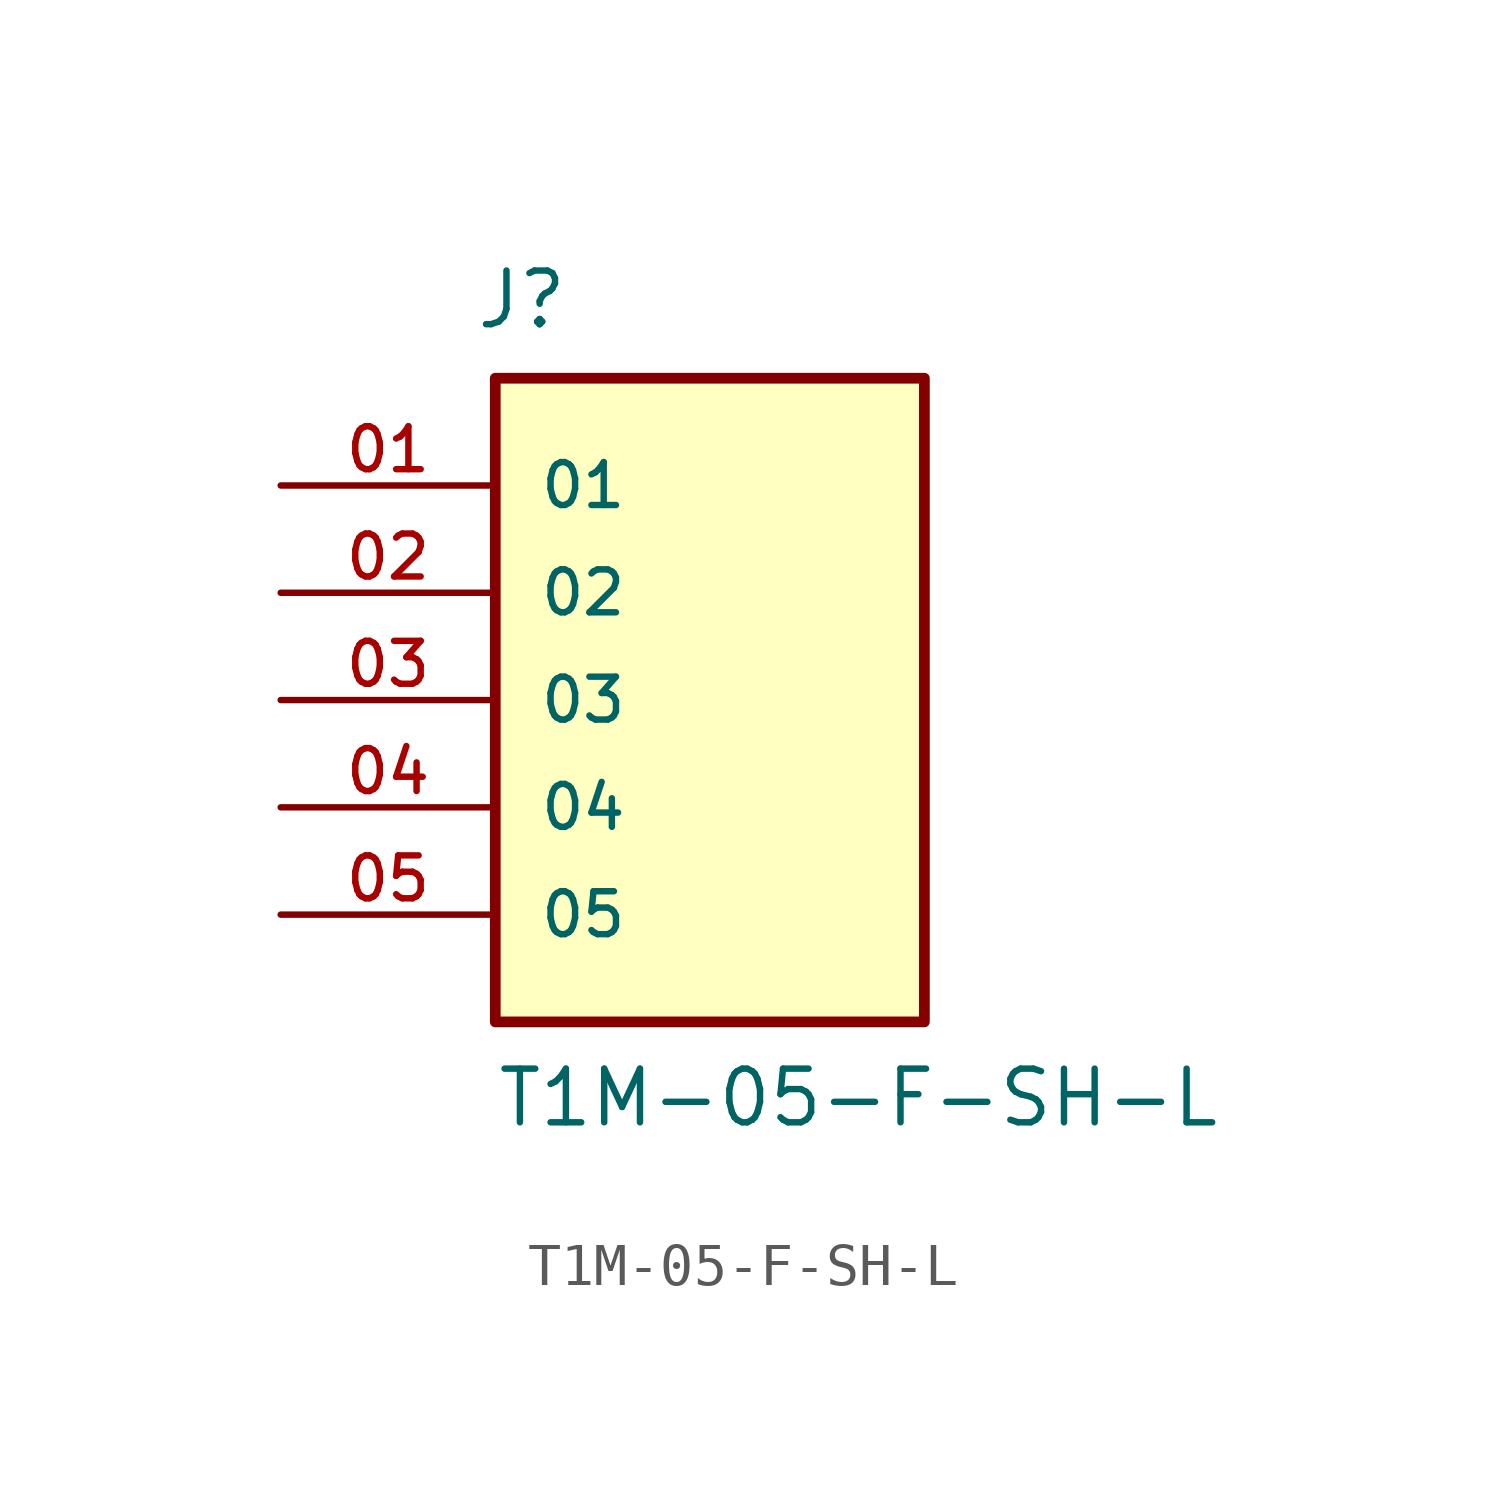
<source format=kicad_sym>
(kicad_symbol_lib
  (version 20211014)
  (generator kicad_symbol_editor)
  (symbol "T1M-05-F-SH-L"
    (pin_names
      (offset 1.016))
    (property "Reference" "J"
      (at -5.58 8.736 0)
      (effects (font (size 1.27 1.27)) (justify bottom left)))
    (property "Value" "T1M-05-F-SH-L"
      (at -5.08 -10.16 0)
      (effects (font (size 1.27 1.27)) (justify bottom left)))
    (symbol "T1M-05-F-SH-L_0_0"
      (rectangle (start -5.08 -7.62) (end 5.08 7.62) (stroke (width 0.254)) (fill (type background)))
      (pin passive line (at -10.16 5.08 0) (length 5.08) (name "01" (effects (font (size 1.016 1.016)))) (number "01" (effects (font (size 1.016 1.016)))))
      (pin passive line (at -10.16 2.54 0) (length 5.08) (name "02" (effects (font (size 1.016 1.016)))) (number "02" (effects (font (size 1.016 1.016)))))
      (pin passive line (at -10.16 0.0 0) (length 5.08) (name "03" (effects (font (size 1.016 1.016)))) (number "03" (effects (font (size 1.016 1.016)))))
      (pin passive line (at -10.16 -2.54 0) (length 5.08) (name "04" (effects (font (size 1.016 1.016)))) (number "04" (effects (font (size 1.016 1.016)))))
      (pin passive line (at -10.16 -5.08 0) (length 5.08) (name "05" (effects (font (size 1.016 1.016)))) (number "05" (effects (font (size 1.016 1.016))))))))
</source>
